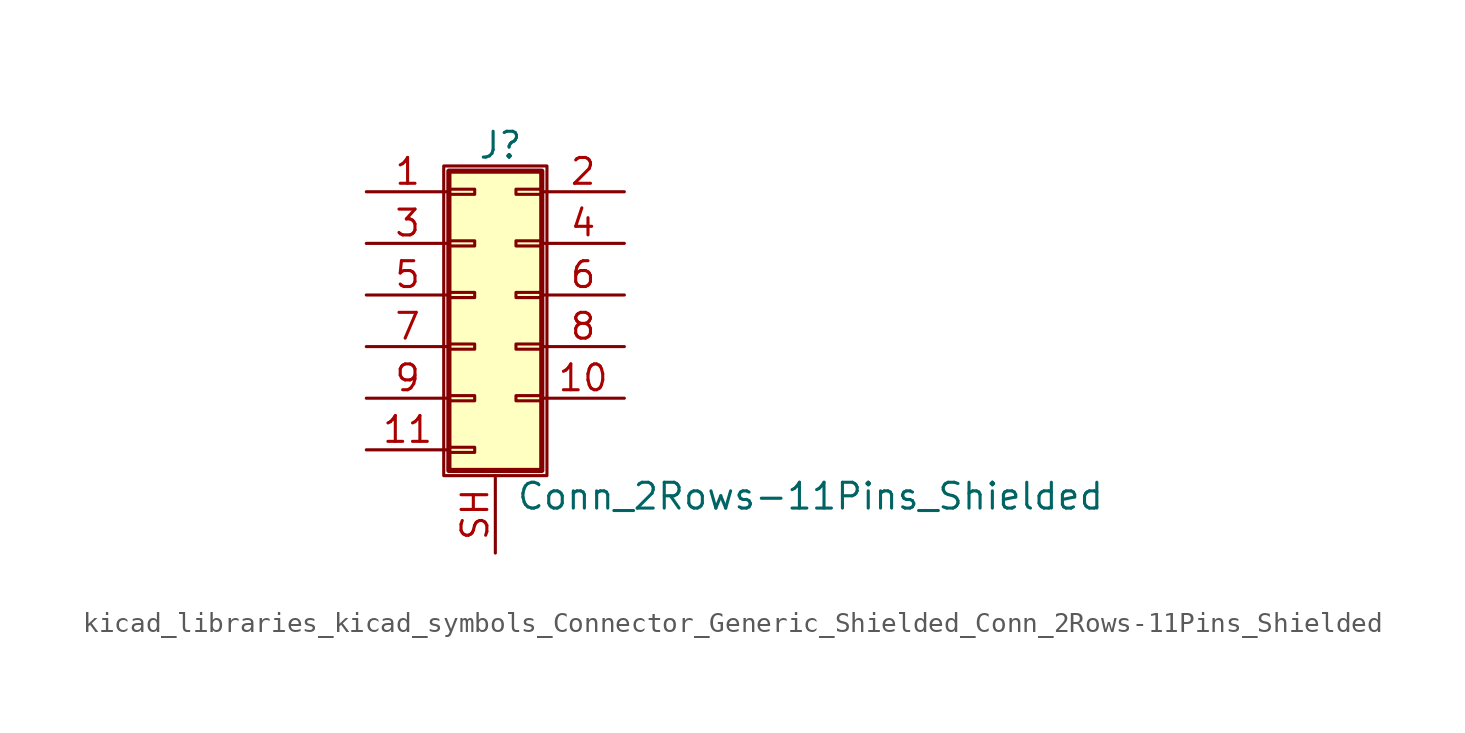
<source format=kicad_sym>
(kicad_symbol_lib
  (version 20220914)
  (generator kicad_symbol_editor)
  (symbol "kicad_libraries_kicad_symbols_Connector_Generic_Shielded_Conn_2Rows-11Pins_Shielded"
    (pin_names
      (offset 1.016) hide)
    (property "Reference" "J"
      (at 1.524 7.366 0)
      (effects (font (size 1.27 1.27))))
    (property "Value" "Conn_2Rows-11Pins_Shielded"
      (at 2.286 -9.906 0)
      (effects (font (size 1.27 1.27)) (justify left)))
    (symbol "kicad_libraries_kicad_symbols_Connector_Generic_Shielded_Conn_2Rows-11Pins_Shielded_1_1"
      (rectangle (start -1.27 6.35) (end 3.81 -8.89) (stroke (width 0.152) (type default)) (fill (type none)))
      (rectangle (start -1.016 -7.493) (end 0.254 -7.747) (stroke (width 0.152) (type default)) (fill (type none)))
      (rectangle (start -1.016 -4.953) (end 0.254 -5.207) (stroke (width 0.152) (type default)) (fill (type none)))
      (rectangle (start -1.016 -2.413) (end 0.254 -2.667) (stroke (width 0.152) (type default)) (fill (type none)))
      (rectangle (start -1.016 0.127) (end 0.254 -0.127) (stroke (width 0.152) (type default)) (fill (type none)))
      (rectangle (start -1.016 2.667) (end 0.254 2.413) (stroke (width 0.152) (type default)) (fill (type none)))
      (rectangle (start -1.016 5.207) (end 0.254 4.953) (stroke (width 0.152) (type default)) (fill (type none)))
      (rectangle (start -1.016 6.096) (end 3.556 -8.636) (stroke (width 0.254) (type default)) (fill (type background)))
      (rectangle (start 3.556 -4.953) (end 2.286 -5.207) (stroke (width 0.152) (type default)) (fill (type none)))
      (rectangle (start 3.556 -2.413) (end 2.286 -2.667) (stroke (width 0.152) (type default)) (fill (type none)))
      (rectangle (start 3.556 0.127) (end 2.286 -0.127) (stroke (width 0.152) (type default)) (fill (type none)))
      (rectangle (start 3.556 2.667) (end 2.286 2.413) (stroke (width 0.152) (type default)) (fill (type none)))
      (rectangle (start 3.556 5.207) (end 2.286 4.953) (stroke (width 0.152) (type default)) (fill (type none)))
      (pin passive line (at -5.08 5.08 0) (length 4.064) (name "Pin_1" (effects (font (size 1.27 1.27)))) (number "1" (effects (font (size 1.27 1.27)))))
      (pin passive line (at 7.62 -5.08 180) (length 4.064) (name "Pin_10" (effects (font (size 1.27 1.27)))) (number "10" (effects (font (size 1.27 1.27)))))
      (pin passive line (at -5.08 -7.62 0) (length 4.064) (name "Pin_11" (effects (font (size 1.27 1.27)))) (number "11" (effects (font (size 1.27 1.27)))))
      (pin passive line (at 7.62 5.08 180) (length 4.064) (name "Pin_2" (effects (font (size 1.27 1.27)))) (number "2" (effects (font (size 1.27 1.27)))))
      (pin passive line (at -5.08 2.54 0) (length 4.064) (name "Pin_3" (effects (font (size 1.27 1.27)))) (number "3" (effects (font (size 1.27 1.27)))))
      (pin passive line (at 7.62 2.54 180) (length 4.064) (name "Pin_4" (effects (font (size 1.27 1.27)))) (number "4" (effects (font (size 1.27 1.27)))))
      (pin passive line (at -5.08 0 0) (length 4.064) (name "Pin_5" (effects (font (size 1.27 1.27)))) (number "5" (effects (font (size 1.27 1.27)))))
      (pin passive line (at 7.62 0 180) (length 4.064) (name "Pin_6" (effects (font (size 1.27 1.27)))) (number "6" (effects (font (size 1.27 1.27)))))
      (pin passive line (at -5.08 -2.54 0) (length 4.064) (name "Pin_7" (effects (font (size 1.27 1.27)))) (number "7" (effects (font (size 1.27 1.27)))))
      (pin passive line (at 7.62 -2.54 180) (length 4.064) (name "Pin_8" (effects (font (size 1.27 1.27)))) (number "8" (effects (font (size 1.27 1.27)))))
      (pin passive line (at -5.08 -5.08 0) (length 4.064) (name "Pin_9" (effects (font (size 1.27 1.27)))) (number "9" (effects (font (size 1.27 1.27)))))
      (pin passive line (at 1.27 -12.7 90) (length 3.81) (name "Shield" (effects (font (size 1.27 1.27)))) (number "SH" (effects (font (size 1.27 1.27))))))))
</source>
